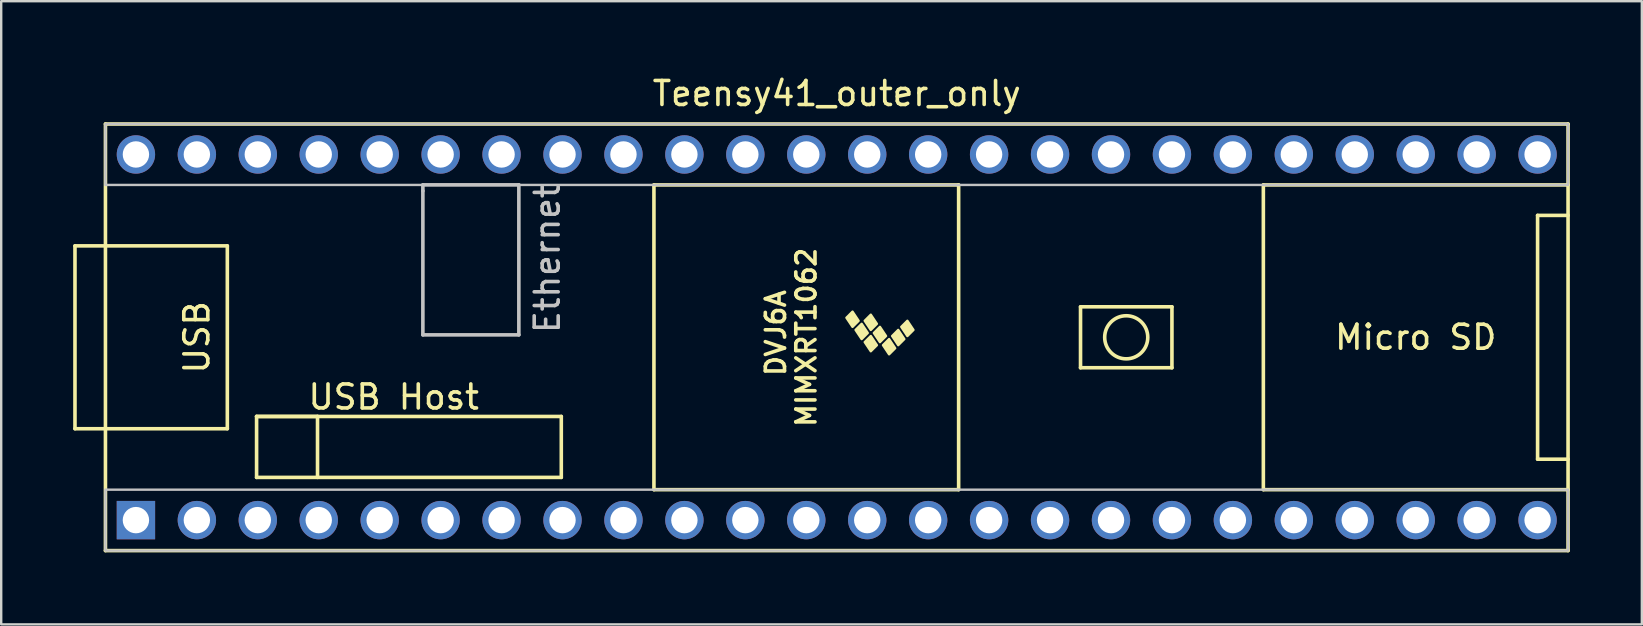
<source format=kicad_pcb>
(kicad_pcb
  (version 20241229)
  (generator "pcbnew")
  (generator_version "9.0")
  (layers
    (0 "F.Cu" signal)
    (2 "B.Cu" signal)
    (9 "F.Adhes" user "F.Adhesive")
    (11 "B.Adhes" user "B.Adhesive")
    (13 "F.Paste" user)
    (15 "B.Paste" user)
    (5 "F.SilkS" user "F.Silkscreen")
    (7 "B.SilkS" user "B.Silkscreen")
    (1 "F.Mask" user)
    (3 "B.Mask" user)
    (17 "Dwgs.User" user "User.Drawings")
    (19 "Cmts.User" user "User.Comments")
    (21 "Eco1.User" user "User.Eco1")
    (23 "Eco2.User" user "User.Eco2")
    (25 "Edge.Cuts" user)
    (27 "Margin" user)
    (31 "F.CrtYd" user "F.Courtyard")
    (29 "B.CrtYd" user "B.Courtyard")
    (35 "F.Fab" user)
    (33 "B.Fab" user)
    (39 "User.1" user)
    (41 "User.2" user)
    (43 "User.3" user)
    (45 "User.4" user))
  (footprint "Teensy41_outer_only"
    (layer "F.Cu")
    (at 31.825 11.008)
    (property "Reference" "Teensy41_outer_only" (at 0 -10.16 0) (layer "F.SilkS") (effects (font (size 1 1) (thickness 0.15))))
    (attr through_hole)
    (fp_line (start -31.75 -3.81) (end -30.48 -3.81) (stroke (width 0.15) (type solid)) (layer "F.SilkS"))
    (fp_line (start -31.75 3.81) (end -31.75 -3.81) (stroke (width 0.15) (type solid)) (layer "F.SilkS"))
    (fp_line (start -30.48 -8.89) (end 30.48 -8.89) (stroke (width 0.15) (type solid)) (layer "F.SilkS"))
    (fp_line (start -30.48 3.81) (end -31.75 3.81) (stroke (width 0.15) (type solid)) (layer "F.SilkS"))
    (fp_line (start -30.48 8.89) (end -30.48 -8.89) (stroke (width 0.15) (type solid)) (layer "F.SilkS"))
    (fp_line (start -25.4 -3.81) (end -30.48 -3.81) (stroke (width 0.15) (type solid)) (layer "F.SilkS"))
    (fp_line (start -25.4 3.81) (end -30.48 3.81) (stroke (width 0.15) (type solid)) (layer "F.SilkS"))
    (fp_line (start -25.4 3.81) (end -25.4 -3.81) (stroke (width 0.15) (type solid)) (layer "F.SilkS"))
    (fp_line (start -24.181 3.299) (end -21.641 3.299) (stroke (width 0.15) (type solid)) (layer "F.SilkS"))
    (fp_line (start -24.181 3.299) (end -11.481 3.299) (stroke (width 0.15) (type solid)) (layer "F.SilkS"))
    (fp_line (start -24.181 5.839) (end -24.181 3.299) (stroke (width 0.15) (type solid)) (layer "F.SilkS"))
    (fp_line (start -21.641 3.299) (end -21.641 5.839) (stroke (width 0.15) (type solid)) (layer "F.SilkS"))
    (fp_line (start -11.481 3.299) (end -11.481 5.839) (stroke (width 0.15) (type solid)) (layer "F.SilkS"))
    (fp_line (start -11.481 5.839) (end -24.181 5.839) (stroke (width 0.15) (type solid)) (layer "F.SilkS"))
    (fp_line (start -7.62 -6.35) (end -7.62 6.35) (stroke (width 0.15) (type solid)) (layer "F.SilkS"))
    (fp_line (start -7.62 6.35) (end 5.08 6.35) (stroke (width 0.15) (type solid)) (layer "F.SilkS"))
    (fp_line (start 5.08 -6.35) (end -7.62 -6.35) (stroke (width 0.15) (type solid)) (layer "F.SilkS"))
    (fp_line (start 5.08 6.35) (end 5.08 -6.35) (stroke (width 0.15) (type solid)) (layer "F.SilkS"))
    (fp_line (start 10.16 -1.27) (end 13.97 -1.27) (stroke (width 0.15) (type solid)) (layer "F.SilkS"))
    (fp_line (start 10.16 1.27) (end 10.16 -1.27) (stroke (width 0.15) (type solid)) (layer "F.SilkS"))
    (fp_line (start 13.97 -1.27) (end 13.97 1.27) (stroke (width 0.15) (type solid)) (layer "F.SilkS"))
    (fp_line (start 13.97 1.27) (end 10.16 1.27) (stroke (width 0.15) (type solid)) (layer "F.SilkS"))
    (fp_line (start 17.78 -6.35) (end 17.78 6.35) (stroke (width 0.15) (type solid)) (layer "F.SilkS"))
    (fp_line (start 17.78 6.35) (end 30.48 6.35) (stroke (width 0.15) (type solid)) (layer "F.SilkS"))
    (fp_line (start 29.21 -5.08) (end 29.21 5.08) (stroke (width 0.15) (type solid)) (layer "F.SilkS"))
    (fp_line (start 29.21 5.08) (end 30.48 5.08) (stroke (width 0.15) (type solid)) (layer "F.SilkS"))
    (fp_line (start 30.48 -8.89) (end 30.48 8.89) (stroke (width 0.15) (type solid)) (layer "F.SilkS"))
    (fp_line (start 30.48 -6.35) (end 17.78 -6.35) (stroke (width 0.15) (type solid)) (layer "F.SilkS"))
    (fp_line (start 30.48 -5.08) (end 29.21 -5.08) (stroke (width 0.15) (type solid)) (layer "F.SilkS"))
    (fp_line (start 30.48 8.89) (end -30.48 8.89) (stroke (width 0.15) (type solid)) (layer "F.SilkS"))
    (fp_circle (center 12.065 0) (end 12.7 -0.635) (stroke (width 0.15) (type solid)) (fill no) (layer "F.SilkS"))
    (fp_poly (pts (xy 0.911 -0.688) (xy 0.657 -0.434) (xy 0.403 -0.815) (xy 0.657 -1.069)) (stroke (width 0.1) (type solid)) (fill yes) (layer "F.SilkS"))
    (fp_poly (pts (xy 1.292 -0.18) (xy 1.038 0.074) (xy 0.784 -0.307) (xy 1.038 -0.561)) (stroke (width 0.1) (type solid)) (fill yes) (layer "F.SilkS"))
    (fp_poly (pts (xy 1.673 -0.561) (xy 1.419 -0.307) (xy 1.165 -0.688) (xy 1.419 -0.942)) (stroke (width 0.1) (type solid)) (fill yes) (layer "F.SilkS"))
    (fp_poly (pts (xy 1.673 0.328) (xy 1.419 0.582) (xy 1.165 0.201) (xy 1.419 -0.053)) (stroke (width 0.1) (type solid)) (fill yes) (layer "F.SilkS"))
    (fp_poly (pts (xy 2.054 -0.053) (xy 1.8 0.201) (xy 1.546 -0.18) (xy 1.8 -0.434)) (stroke (width 0.1) (type solid)) (fill yes) (layer "F.SilkS"))
    (fp_poly (pts (xy 2.435 0.455) (xy 2.181 0.709) (xy 1.927 0.328) (xy 2.181 0.074)) (stroke (width 0.1) (type solid)) (fill yes) (layer "F.SilkS"))
    (fp_poly (pts (xy 2.816 0.074) (xy 2.562 0.328) (xy 2.308 -0.053) (xy 2.562 -0.307)) (stroke (width 0.1) (type solid)) (fill yes) (layer "F.SilkS"))
    (fp_poly (pts (xy 3.197 -0.307) (xy 2.943 -0.053) (xy 2.689 -0.434) (xy 2.943 -0.688)) (stroke (width 0.1) (type solid)) (fill yes) (layer "F.SilkS"))
    (fp_line (start -17.25 -6.352) (end -17.25 -6.102) (stroke (width 0.15) (type solid)) (layer "Dwgs.User"))
    (fp_line (start -17.25 -6.102) (end -17.25 -0.102) (stroke (width 0.15) (type solid)) (layer "Dwgs.User"))
    (fp_line (start -17.25 -0.102) (end -13.25 -0.102) (stroke (width 0.15) (type solid)) (layer "Dwgs.User"))
    (fp_line (start -13.25 -6.352) (end -17.25 -6.352) (stroke (width 0.15) (type solid)) (layer "Dwgs.User"))
    (fp_line (start -13.25 -0.102) (end -13.25 -6.352) (stroke (width 0.15) (type solid)) (layer "Dwgs.User"))
    (fp_rect (start -30.48 -8.89) (end 30.48 -6.35) (stroke (width 0.1) (type default)) (fill no) (layer "Dwgs.User"))
    (fp_rect (start -30.48 6.35) (end 30.48 8.89) (stroke (width 0.1) (type default)) (fill no) (layer "Dwgs.User"))
    (fp_text user "Micro SD" (at 24.13 0 0) (layer "F.SilkS") (effects (font (size 1 1) (thickness 0.15))))
    (fp_text user "USB Host" (at -18.466 2.489 0) (layer "F.SilkS") (effects (font (size 1 1) (thickness 0.15))))
    (fp_text user "USB" (at -26.67 0 270) (layer "F.SilkS") (effects (font (size 1 1) (thickness 0.15))))
    (fp_text user "MIMXRT1062" (at -1.27 0 270) (layer "F.SilkS") (effects (font (size 0.8 0.8) (thickness 0.15))))
    (fp_text user "DVJ6A" (at -2.54 -0.18 270) (layer "F.SilkS") (effects (font (size 0.8 0.8) (thickness 0.15))))
    (fp_text user "Ethernet" (at -12.065 -3.277 90) (layer "Dwgs.User") (effects (font (size 1 1) (thickness 0.15))))
    (pad "1" thru_hole rect (at -29.21 7.62) (size 1.6 1.6) (drill 1.1) (layers "*.Cu" "*.Mask"))
    (pad "2" thru_hole circle (at -26.67 7.62) (size 1.6 1.6) (drill 1.1) (layers "*.Cu" "*.Mask"))
    (pad "3" thru_hole circle (at -24.13 7.62) (size 1.6 1.6) (drill 1.1) (layers "*.Cu" "*.Mask"))
    (pad "4" thru_hole circle (at -21.59 7.62) (size 1.6 1.6) (drill 1.1) (layers "*.Cu" "*.Mask"))
    (pad "5" thru_hole circle (at -19.05 7.62) (size 1.6 1.6) (drill 1.1) (layers "*.Cu" "*.Mask"))
    (pad "6" thru_hole circle (at -16.51 7.62) (size 1.6 1.6) (drill 1.1) (layers "*.Cu" "*.Mask"))
    (pad "7" thru_hole circle (at -13.97 7.62) (size 1.6 1.6) (drill 1.1) (layers "*.Cu" "*.Mask"))
    (pad "8" thru_hole circle (at -11.43 7.62) (size 1.6 1.6) (drill 1.1) (layers "*.Cu" "*.Mask"))
    (pad "9" thru_hole circle (at -8.89 7.62) (size 1.6 1.6) (drill 1.1) (layers "*.Cu" "*.Mask"))
    (pad "10" thru_hole circle (at -6.35 7.62) (size 1.6 1.6) (drill 1.1) (layers "*.Cu" "*.Mask"))
    (pad "11" thru_hole circle (at -3.81 7.62) (size 1.6 1.6) (drill 1.1) (layers "*.Cu" "*.Mask"))
    (pad "12" thru_hole circle (at -1.27 7.62) (size 1.6 1.6) (drill 1.1) (layers "*.Cu" "*.Mask"))
    (pad "13" thru_hole circle (at 1.27 7.62) (size 1.6 1.6) (drill 1.1) (layers "*.Cu" "*.Mask"))
    (pad "14" thru_hole circle (at 3.81 7.62) (size 1.6 1.6) (drill 1.1) (layers "*.Cu" "*.Mask"))
    (pad "15" thru_hole circle (at 6.35 7.62) (size 1.6 1.6) (drill 1.1) (layers "*.Cu" "*.Mask"))
    (pad "16" thru_hole circle (at 8.89 7.62) (size 1.6 1.6) (drill 1.1) (layers "*.Cu" "*.Mask"))
    (pad "17" thru_hole circle (at 11.43 7.62) (size 1.6 1.6) (drill 1.1) (layers "*.Cu" "*.Mask"))
    (pad "18" thru_hole circle (at 13.97 7.62) (size 1.6 1.6) (drill 1.1) (layers "*.Cu" "*.Mask"))
    (pad "19" thru_hole circle (at 16.51 7.62) (size 1.6 1.6) (drill 1.1) (layers "*.Cu" "*.Mask"))
    (pad "20" thru_hole circle (at 19.05 7.62) (size 1.6 1.6) (drill 1.1) (layers "*.Cu" "*.Mask"))
    (pad "21" thru_hole circle (at 21.59 7.62) (size 1.6 1.6) (drill 1.1) (layers "*.Cu" "*.Mask"))
    (pad "22" thru_hole circle (at 24.13 7.62) (size 1.6 1.6) (drill 1.1) (layers "*.Cu" "*.Mask"))
    (pad "23" thru_hole circle (at 26.67 7.62) (size 1.6 1.6) (drill 1.1) (layers "*.Cu" "*.Mask"))
    (pad "24" thru_hole circle (at 29.21 7.62) (size 1.6 1.6) (drill 1.1) (layers "*.Cu" "*.Mask"))
    (pad "25" thru_hole circle (at 29.21 -7.62) (size 1.6 1.6) (drill 1.1) (layers "*.Cu" "*.Mask"))
    (pad "26" thru_hole circle (at 26.67 -7.62) (size 1.6 1.6) (drill 1.1) (layers "*.Cu" "*.Mask"))
    (pad "27" thru_hole circle (at 24.13 -7.62) (size 1.6 1.6) (drill 1.1) (layers "*.Cu" "*.Mask"))
    (pad "28" thru_hole circle (at 21.59 -7.62) (size 1.6 1.6) (drill 1.1) (layers "*.Cu" "*.Mask"))
    (pad "29" thru_hole circle (at 19.05 -7.62) (size 1.6 1.6) (drill 1.1) (layers "*.Cu" "*.Mask"))
    (pad "30" thru_hole circle (at 16.51 -7.62) (size 1.6 1.6) (drill 1.1) (layers "*.Cu" "*.Mask"))
    (pad "31" thru_hole circle (at 13.97 -7.62) (size 1.6 1.6) (drill 1.1) (layers "*.Cu" "*.Mask"))
    (pad "32" thru_hole circle (at 11.43 -7.62) (size 1.6 1.6) (drill 1.1) (layers "*.Cu" "*.Mask"))
    (pad "33" thru_hole circle (at 8.89 -7.62) (size 1.6 1.6) (drill 1.1) (layers "*.Cu" "*.Mask"))
    (pad "34" thru_hole circle (at 6.35 -7.62) (size 1.6 1.6) (drill 1.1) (layers "*.Cu" "*.Mask"))
    (pad "35" thru_hole circle (at 3.81 -7.62) (size 1.6 1.6) (drill 1.1) (layers "*.Cu" "*.Mask"))
    (pad "36" thru_hole circle (at 1.27 -7.62) (size 1.6 1.6) (drill 1.1) (layers "*.Cu" "*.Mask"))
    (pad "37" thru_hole circle (at -1.27 -7.62) (size 1.6 1.6) (drill 1.1) (layers "*.Cu" "*.Mask"))
    (pad "38" thru_hole circle (at -3.81 -7.62) (size 1.6 1.6) (drill 1.1) (layers "*.Cu" "*.Mask"))
    (pad "39" thru_hole circle (at -6.35 -7.62) (size 1.6 1.6) (drill 1.1) (layers "*.Cu" "*.Mask"))
    (pad "40" thru_hole circle (at -8.89 -7.62) (size 1.6 1.6) (drill 1.1) (layers "*.Cu" "*.Mask"))
    (pad "41" thru_hole circle (at -11.43 -7.62) (size 1.6 1.6) (drill 1.1) (layers "*.Cu" "*.Mask"))
    (pad "42" thru_hole circle (at -13.97 -7.62) (size 1.6 1.6) (drill 1.1) (layers "*.Cu" "*.Mask"))
    (pad "43" thru_hole circle (at -16.51 -7.62) (size 1.6 1.6) (drill 1.1) (layers "*.Cu" "*.Mask"))
    (pad "44" thru_hole circle (at -19.05 -7.62) (size 1.6 1.6) (drill 1.1) (layers "*.Cu" "*.Mask"))
    (pad "45" thru_hole circle (at -21.59 -7.62) (size 1.6 1.6) (drill 1.1) (layers "*.Cu" "*.Mask"))
    (pad "46" thru_hole circle (at -24.13 -7.62) (size 1.6 1.6) (drill 1.1) (layers "*.Cu" "*.Mask"))
    (pad "47" thru_hole circle (at -26.67 -7.62) (size 1.6 1.6) (drill 1.1) (layers "*.Cu" "*.Mask"))
    (pad "48" thru_hole circle (at -29.21 -7.62) (size 1.6 1.6) (drill 1.1) (layers "*.Cu" "*.Mask")))
  (gr_rect
    (start -3 -3)
    (end 65.38 22.973)
    (stroke (width 0.1) (type default))
    (fill no)
    (layer "Edge.Cuts")))
</source>
